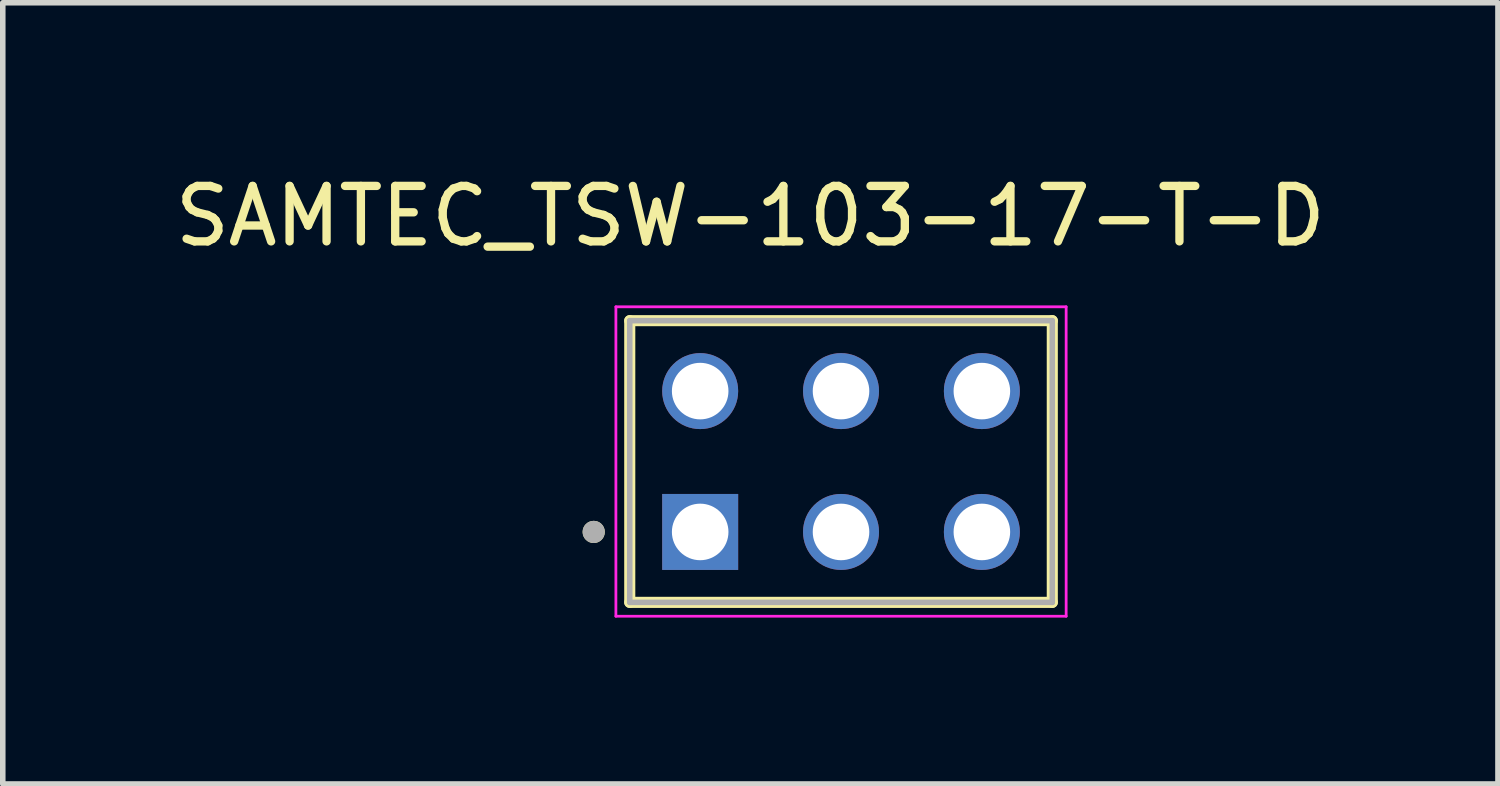
<source format=kicad_pcb>
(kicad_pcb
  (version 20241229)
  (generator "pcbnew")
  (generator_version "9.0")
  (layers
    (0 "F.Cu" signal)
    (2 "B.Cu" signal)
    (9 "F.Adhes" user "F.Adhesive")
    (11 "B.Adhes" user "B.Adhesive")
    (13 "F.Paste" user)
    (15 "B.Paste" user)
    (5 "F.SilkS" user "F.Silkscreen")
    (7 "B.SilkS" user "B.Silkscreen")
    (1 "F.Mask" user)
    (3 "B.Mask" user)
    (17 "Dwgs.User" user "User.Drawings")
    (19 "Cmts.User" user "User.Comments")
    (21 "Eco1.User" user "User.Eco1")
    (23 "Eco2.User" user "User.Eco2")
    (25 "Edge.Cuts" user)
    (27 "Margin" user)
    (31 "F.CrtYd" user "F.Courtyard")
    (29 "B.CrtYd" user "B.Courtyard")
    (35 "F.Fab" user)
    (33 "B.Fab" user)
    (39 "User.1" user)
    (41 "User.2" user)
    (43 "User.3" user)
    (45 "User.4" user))
  (footprint "SAMTEC_TSW-103-17-T-D"
    (layer "F.Cu")
    (at 9.577 6.543)
    (property "Reference" "SAMTEC_TSW-103-17-T-D" (at 0.905 -5.695 0) (layer "F.SilkS") (effects (font (size 1 1) (thickness 0.15))))
    (attr through_hole)
    (fp_line (start -1.27 1.27) (end -1.27 -3.81) (stroke (width 0.2) (type solid)) (layer "F.SilkS"))
    (fp_line (start 6.35 -3.81) (end -1.27 -3.81) (stroke (width 0.2) (type solid)) (layer "F.SilkS"))
    (fp_line (start 6.35 -3.81) (end 6.35 1.27) (stroke (width 0.2) (type solid)) (layer "F.SilkS"))
    (fp_line (start 6.35 1.27) (end -1.27 1.27) (stroke (width 0.2) (type solid)) (layer "F.SilkS"))
    (fp_circle (center -1.92 0) (end -1.82 0) (stroke (width 0.2) (type solid)) (fill no) (layer "F.SilkS"))
    (fp_line (start -1.52 -4.06) (end 6.6 -4.06) (stroke (width 0.05) (type solid)) (layer "F.CrtYd"))
    (fp_line (start -1.52 1.52) (end -1.52 -4.06) (stroke (width 0.05) (type solid)) (layer "F.CrtYd"))
    (fp_line (start 6.6 -4.06) (end 6.6 1.52) (stroke (width 0.05) (type solid)) (layer "F.CrtYd"))
    (fp_line (start 6.6 1.52) (end -1.52 1.52) (stroke (width 0.05) (type solid)) (layer "F.CrtYd"))
    (fp_line (start -1.27 -3.81) (end 6.35 -3.81) (stroke (width 0.1) (type solid)) (layer "F.Fab"))
    (fp_line (start -1.27 1.27) (end -1.27 -3.81) (stroke (width 0.1) (type solid)) (layer "F.Fab"))
    (fp_line (start 6.35 -3.81) (end 6.35 1.27) (stroke (width 0.1) (type solid)) (layer "F.Fab"))
    (fp_line (start 6.35 1.27) (end -1.27 1.27) (stroke (width 0.1) (type solid)) (layer "F.Fab"))
    (fp_circle (center -1.92 0) (end -1.82 0) (stroke (width 0.2) (type solid)) (fill no) (layer "F.Fab"))
    (pad "01" thru_hole rect (at 0 0) (size 1.37 1.37) (drill 1.02) (layers "*.Cu" "*.Mask"))
    (pad "02" thru_hole circle (at 0 -2.54) (size 1.37 1.37) (drill 1.02) (layers "*.Cu" "*.Mask"))
    (pad "03" thru_hole circle (at 2.54 0) (size 1.37 1.37) (drill 1.02) (layers "*.Cu" "*.Mask"))
    (pad "04" thru_hole circle (at 2.54 -2.54) (size 1.37 1.37) (drill 1.02) (layers "*.Cu" "*.Mask"))
    (pad "05" thru_hole circle (at 5.08 0) (size 1.37 1.37) (drill 1.02) (layers "*.Cu" "*.Mask"))
    (pad "06" thru_hole circle (at 5.08 -2.54) (size 1.37 1.37) (drill 1.02) (layers "*.Cu" "*.Mask")))
  (gr_rect
    (start -3 -3)
    (end 23.964 11.088)
    (stroke (width 0.1) (type default))
    (fill no)
    (layer "Edge.Cuts")))
</source>
